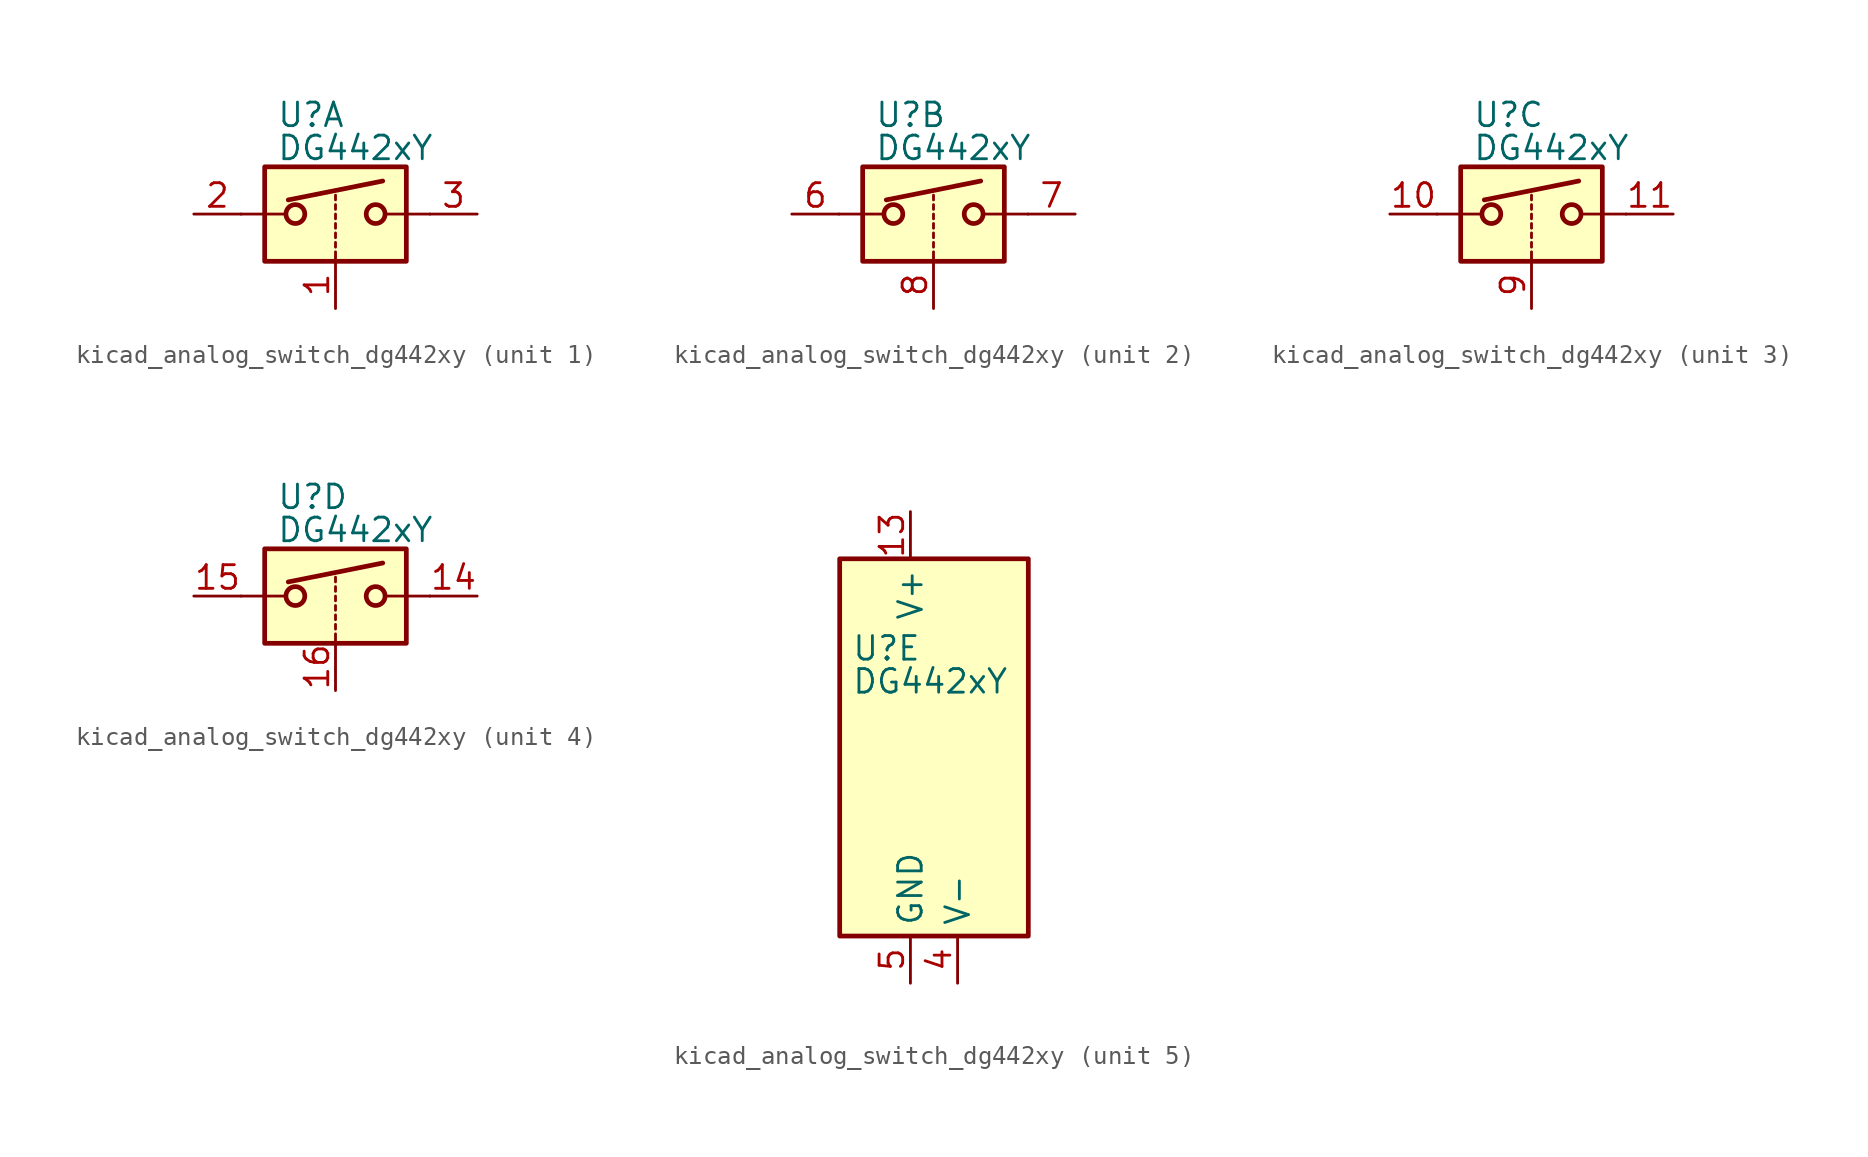
<source format=kicad_sym>
(kicad_symbol_lib
  (version 20220914)
  (generator kicad_symbol_editor)
  (symbol "kicad_analog_switch_dg442xy"
    (property "Reference" "U"
      (at -3.175 5.334 0)
      (effects (font (size 1.27 1.27)) (justify left)))
    (property "Value" "DG442xY"
      (at -3.175 3.556 0)
      (effects (font (size 1.27 1.27)) (justify left)))
    (symbol "kicad_analog_switch_dg442xy_1_1"
      (rectangle (start -3.81 2.54) (end 3.81 -2.54) (stroke (width 0.254) (type default)) (fill (type background)))
      (circle (center -2.159 0) (radius 0.508) (stroke (width 0.254) (type default)) (fill (type none)))
      (polyline (pts (xy -5.08 0) (xy -2.794 0)) (stroke (width 0) (type default)) (fill (type none)))
      (polyline (pts (xy -2.54 0.762) (xy 2.54 1.778)) (stroke (width 0.254) (type default)) (fill (type none)))
      (polyline (pts (xy 0 -2.54) (xy 0 -2.032)) (stroke (width 0) (type default)) (fill (type none)))
      (polyline (pts (xy 0 -1.778) (xy 0 -1.524)) (stroke (width 0) (type default)) (fill (type none)))
      (polyline (pts (xy 0 -1.27) (xy 0 -1.016)) (stroke (width 0) (type default)) (fill (type none)))
      (polyline (pts (xy 0 -0.762) (xy 0 -0.508)) (stroke (width 0) (type default)) (fill (type none)))
      (polyline (pts (xy 0 -0.254) (xy 0 0)) (stroke (width 0) (type default)) (fill (type none)))
      (polyline (pts (xy 0 0.254) (xy 0 0.508)) (stroke (width 0) (type default)) (fill (type none)))
      (polyline (pts (xy 0 0.762) (xy 0 1.016)) (stroke (width 0) (type default)) (fill (type none)))
      (polyline (pts (xy 5.08 0) (xy 2.794 0)) (stroke (width 0) (type default)) (fill (type none)))
      (circle (center 2.159 0) (radius 0.508) (stroke (width 0.254) (type default)) (fill (type none)))
      (pin input line (at 0 -5.08 90) (length 2.54) (name "~" (effects (font (size 1.27 1.27)))) (number "1" (effects (font (size 1.27 1.27)))))
      (pin passive line (at -7.62 0 0) (length 2.54) (name "~" (effects (font (size 1.27 1.27)))) (number "2" (effects (font (size 1.27 1.27)))))
      (pin passive line (at 7.62 0 180) (length 2.54) (name "~" (effects (font (size 1.27 1.27)))) (number "3" (effects (font (size 1.27 1.27))))))
    (symbol "kicad_analog_switch_dg442xy_2_1"
      (rectangle (start -3.81 2.54) (end 3.81 -2.54) (stroke (width 0.254) (type default)) (fill (type background)))
      (circle (center -2.159 0) (radius 0.508) (stroke (width 0.254) (type default)) (fill (type none)))
      (polyline (pts (xy -5.08 0) (xy -2.794 0)) (stroke (width 0) (type default)) (fill (type none)))
      (polyline (pts (xy -2.54 0.762) (xy 2.54 1.778)) (stroke (width 0.254) (type default)) (fill (type none)))
      (polyline (pts (xy 0 -2.54) (xy 0 -2.032)) (stroke (width 0) (type default)) (fill (type none)))
      (polyline (pts (xy 0 -1.778) (xy 0 -1.524)) (stroke (width 0) (type default)) (fill (type none)))
      (polyline (pts (xy 0 -1.27) (xy 0 -1.016)) (stroke (width 0) (type default)) (fill (type none)))
      (polyline (pts (xy 0 -0.762) (xy 0 -0.508)) (stroke (width 0) (type default)) (fill (type none)))
      (polyline (pts (xy 0 -0.254) (xy 0 0)) (stroke (width 0) (type default)) (fill (type none)))
      (polyline (pts (xy 0 0.254) (xy 0 0.508)) (stroke (width 0) (type default)) (fill (type none)))
      (polyline (pts (xy 0 0.762) (xy 0 1.016)) (stroke (width 0) (type default)) (fill (type none)))
      (polyline (pts (xy 5.08 0) (xy 2.794 0)) (stroke (width 0) (type default)) (fill (type none)))
      (circle (center 2.159 0) (radius 0.508) (stroke (width 0.254) (type default)) (fill (type none)))
      (pin passive line (at -7.62 0 0) (length 2.54) (name "~" (effects (font (size 1.27 1.27)))) (number "6" (effects (font (size 1.27 1.27)))))
      (pin passive line (at 7.62 0 180) (length 2.54) (name "~" (effects (font (size 1.27 1.27)))) (number "7" (effects (font (size 1.27 1.27)))))
      (pin input line (at 0 -5.08 90) (length 2.54) (name "~" (effects (font (size 1.27 1.27)))) (number "8" (effects (font (size 1.27 1.27))))))
    (symbol "kicad_analog_switch_dg442xy_3_1"
      (rectangle (start -3.81 2.54) (end 3.81 -2.54) (stroke (width 0.254) (type default)) (fill (type background)))
      (circle (center -2.159 0) (radius 0.508) (stroke (width 0.254) (type default)) (fill (type none)))
      (polyline (pts (xy -5.08 0) (xy -2.794 0)) (stroke (width 0) (type default)) (fill (type none)))
      (polyline (pts (xy -2.54 0.762) (xy 2.54 1.778)) (stroke (width 0.254) (type default)) (fill (type none)))
      (polyline (pts (xy 0 -2.54) (xy 0 -2.032)) (stroke (width 0) (type default)) (fill (type none)))
      (polyline (pts (xy 0 -1.778) (xy 0 -1.524)) (stroke (width 0) (type default)) (fill (type none)))
      (polyline (pts (xy 0 -1.27) (xy 0 -1.016)) (stroke (width 0) (type default)) (fill (type none)))
      (polyline (pts (xy 0 -0.762) (xy 0 -0.508)) (stroke (width 0) (type default)) (fill (type none)))
      (polyline (pts (xy 0 -0.254) (xy 0 0)) (stroke (width 0) (type default)) (fill (type none)))
      (polyline (pts (xy 0 0.254) (xy 0 0.508)) (stroke (width 0) (type default)) (fill (type none)))
      (polyline (pts (xy 0 0.762) (xy 0 1.016)) (stroke (width 0) (type default)) (fill (type none)))
      (polyline (pts (xy 5.08 0) (xy 2.794 0)) (stroke (width 0) (type default)) (fill (type none)))
      (circle (center 2.159 0) (radius 0.508) (stroke (width 0.254) (type default)) (fill (type none)))
      (pin passive line (at -7.62 0 0) (length 2.54) (name "~" (effects (font (size 1.27 1.27)))) (number "10" (effects (font (size 1.27 1.27)))))
      (pin passive line (at 7.62 0 180) (length 2.54) (name "~" (effects (font (size 1.27 1.27)))) (number "11" (effects (font (size 1.27 1.27)))))
      (pin input line (at 0 -5.08 90) (length 2.54) (name "~" (effects (font (size 1.27 1.27)))) (number "9" (effects (font (size 1.27 1.27))))))
    (symbol "kicad_analog_switch_dg442xy_4_1"
      (rectangle (start -3.81 2.54) (end 3.81 -2.54) (stroke (width 0.254) (type default)) (fill (type background)))
      (circle (center -2.159 0) (radius 0.508) (stroke (width 0.254) (type default)) (fill (type none)))
      (polyline (pts (xy -5.08 0) (xy -2.794 0)) (stroke (width 0) (type default)) (fill (type none)))
      (polyline (pts (xy -2.54 0.762) (xy 2.54 1.778)) (stroke (width 0.254) (type default)) (fill (type none)))
      (polyline (pts (xy 0 -2.54) (xy 0 -2.032)) (stroke (width 0) (type default)) (fill (type none)))
      (polyline (pts (xy 0 -1.778) (xy 0 -1.524)) (stroke (width 0) (type default)) (fill (type none)))
      (polyline (pts (xy 0 -1.27) (xy 0 -1.016)) (stroke (width 0) (type default)) (fill (type none)))
      (polyline (pts (xy 0 -0.762) (xy 0 -0.508)) (stroke (width 0) (type default)) (fill (type none)))
      (polyline (pts (xy 0 -0.254) (xy 0 0)) (stroke (width 0) (type default)) (fill (type none)))
      (polyline (pts (xy 0 0.254) (xy 0 0.508)) (stroke (width 0) (type default)) (fill (type none)))
      (polyline (pts (xy 0 0.762) (xy 0 1.016)) (stroke (width 0) (type default)) (fill (type none)))
      (polyline (pts (xy 5.08 0) (xy 2.794 0)) (stroke (width 0) (type default)) (fill (type none)))
      (circle (center 2.159 0) (radius 0.508) (stroke (width 0.254) (type default)) (fill (type none)))
      (pin passive line (at 7.62 0 180) (length 2.54) (name "~" (effects (font (size 1.27 1.27)))) (number "14" (effects (font (size 1.27 1.27)))))
      (pin passive line (at -7.62 0 0) (length 2.54) (name "~" (effects (font (size 1.27 1.27)))) (number "15" (effects (font (size 1.27 1.27)))))
      (pin input line (at 0 -5.08 90) (length 2.54) (name "~" (effects (font (size 1.27 1.27)))) (number "16" (effects (font (size 1.27 1.27))))))
    (symbol "kicad_analog_switch_dg442xy_5_0"
      (pin no_connect line (at 2.54 10.16 270) (length 2.54) hide (name "NC" (effects (font (size 1.27 1.27)))) (number "12" (effects (font (size 1.27 1.27)))))
      (pin power_in line (at 0 12.7 270) (length 2.54) (name "V+" (effects (font (size 1.27 1.27)))) (number "13" (effects (font (size 1.27 1.27)))))
      (pin power_in line (at 2.54 -12.7 90) (length 2.54) (name "V-" (effects (font (size 1.27 1.27)))) (number "4" (effects (font (size 1.27 1.27)))))
      (pin power_in line (at 0 -12.7 90) (length 2.54) (name "GND" (effects (font (size 1.27 1.27)))) (number "5" (effects (font (size 1.27 1.27))))))
    (symbol "kicad_analog_switch_dg442xy_5_1"
      (rectangle (start -3.81 10.16) (end 6.35 -10.16) (stroke (width 0.254) (type default)) (fill (type background))))))
</source>
